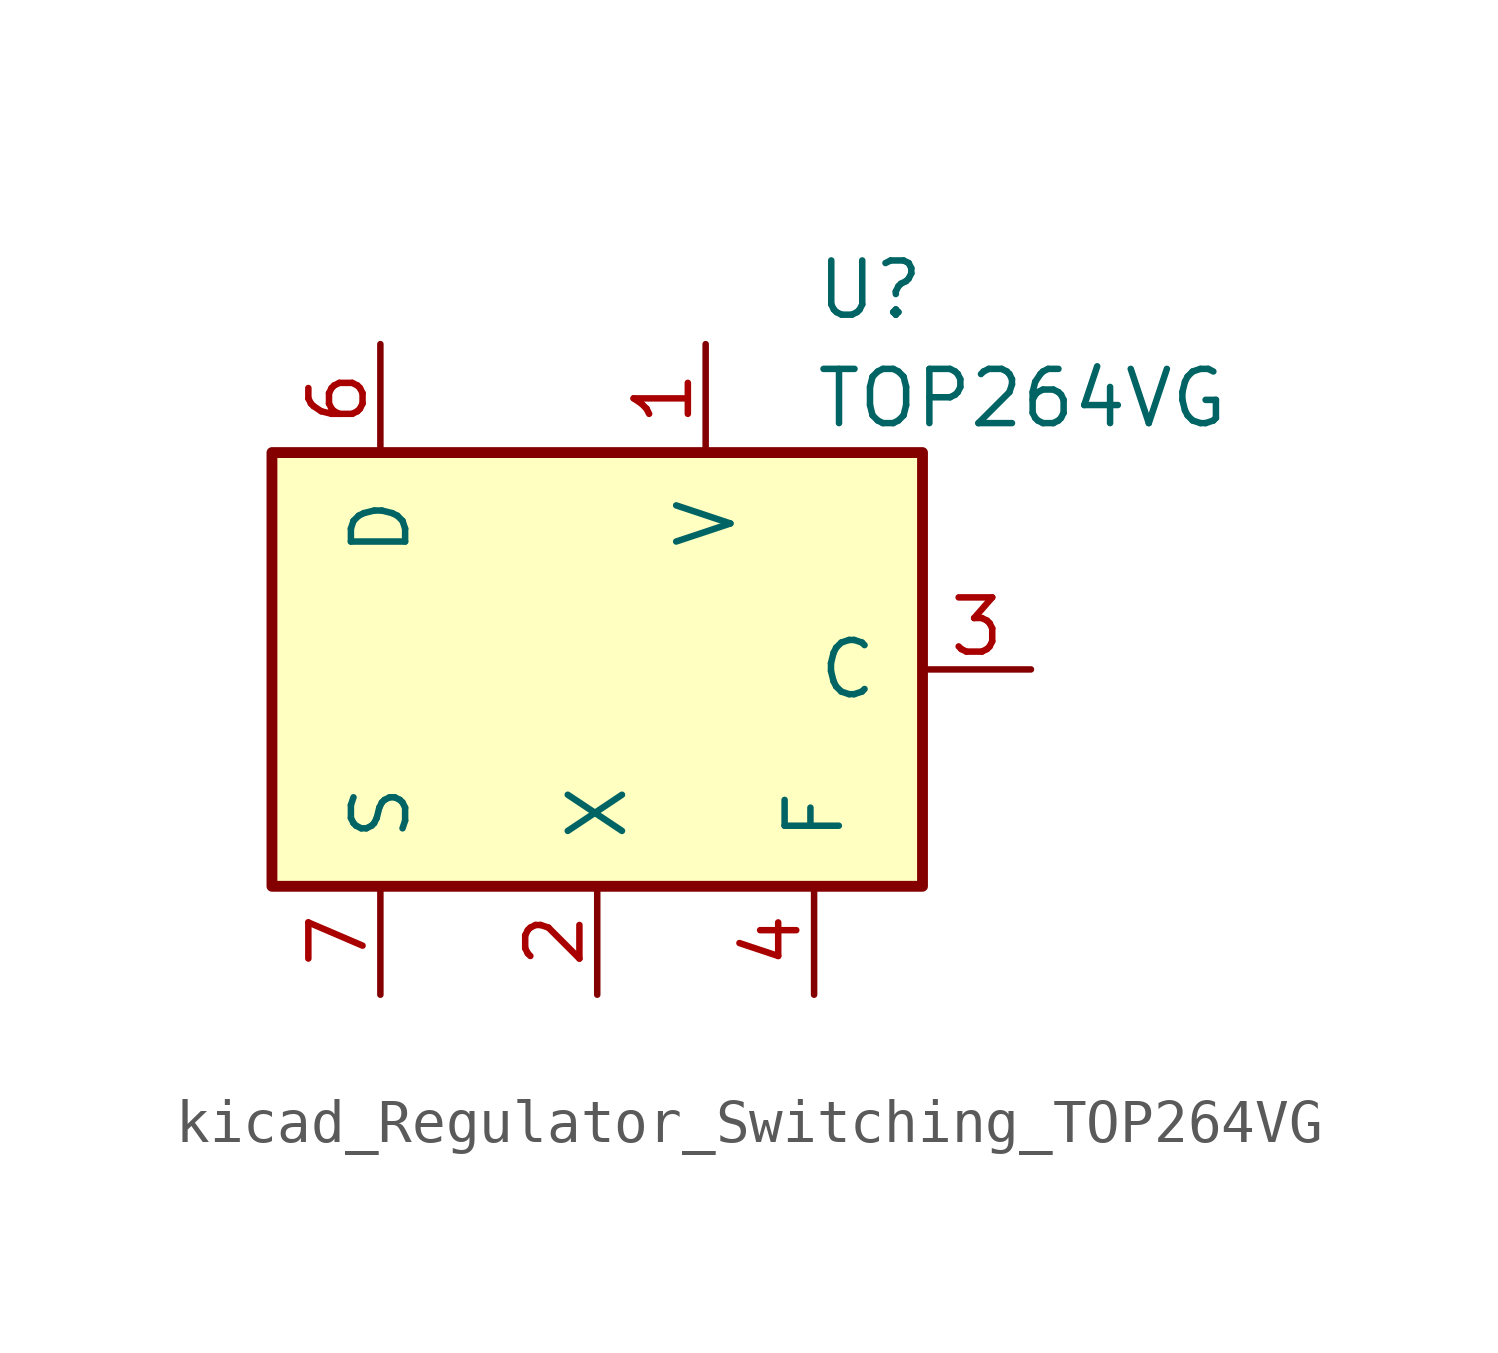
<source format=kicad_sym>
(kicad_symbol_lib
  (version 20220914)
  (generator kicad_symbol_editor)
  (symbol "kicad_Regulator_Switching_TOP264VG"
    (pin_names
      (offset 1.016))
    (property "Reference" "U"
      (at 5.08 8.89 0)
      (effects (font (size 1.27 1.27)) (justify left)))
    (property "Value" "TOP264VG"
      (at 5.08 6.35 0)
      (effects (font (size 1.27 1.27)) (justify left)))
    (symbol "kicad_Regulator_Switching_TOP264VG_0_1"
      (rectangle (start -7.62 5.08) (end 7.62 -5.08) (stroke (width 0.254) (type default)) (fill (type background))))
    (symbol "kicad_Regulator_Switching_TOP264VG_1_1"
      (pin input line (at 2.54 7.62 270) (length 2.54) (name "V" (effects (font (size 1.27 1.27)))) (number "1" (effects (font (size 1.27 1.27)))))
      (pin passive line (at -5.08 -7.62 90) (length 2.54) hide (name "S" (effects (font (size 1.27 1.27)))) (number "10" (effects (font (size 1.27 1.27)))))
      (pin passive line (at -5.08 -7.62 90) (length 2.54) hide (name "S" (effects (font (size 1.27 1.27)))) (number "11" (effects (font (size 1.27 1.27)))))
      (pin passive line (at -5.08 -7.62 90) (length 2.54) hide (name "S" (effects (font (size 1.27 1.27)))) (number "12" (effects (font (size 1.27 1.27)))))
      (pin input line (at 0 -7.62 90) (length 2.54) (name "X" (effects (font (size 1.27 1.27)))) (number "2" (effects (font (size 1.27 1.27)))))
      (pin input line (at 10.16 0 180) (length 2.54) (name "C" (effects (font (size 1.27 1.27)))) (number "3" (effects (font (size 1.27 1.27)))))
      (pin passive line (at 5.08 -7.62 90) (length 2.54) (name "F" (effects (font (size 1.27 1.27)))) (number "4" (effects (font (size 1.27 1.27)))))
      (pin open_collector line (at -5.08 7.62 270) (length 2.54) (name "D" (effects (font (size 1.27 1.27)))) (number "6" (effects (font (size 1.27 1.27)))))
      (pin power_in line (at -5.08 -7.62 90) (length 2.54) (name "S" (effects (font (size 1.27 1.27)))) (number "7" (effects (font (size 1.27 1.27)))))
      (pin passive line (at -5.08 -7.62 90) (length 2.54) hide (name "S" (effects (font (size 1.27 1.27)))) (number "8" (effects (font (size 1.27 1.27)))))
      (pin passive line (at -5.08 -7.62 90) (length 2.54) hide (name "S" (effects (font (size 1.27 1.27)))) (number "9" (effects (font (size 1.27 1.27))))))))
</source>
